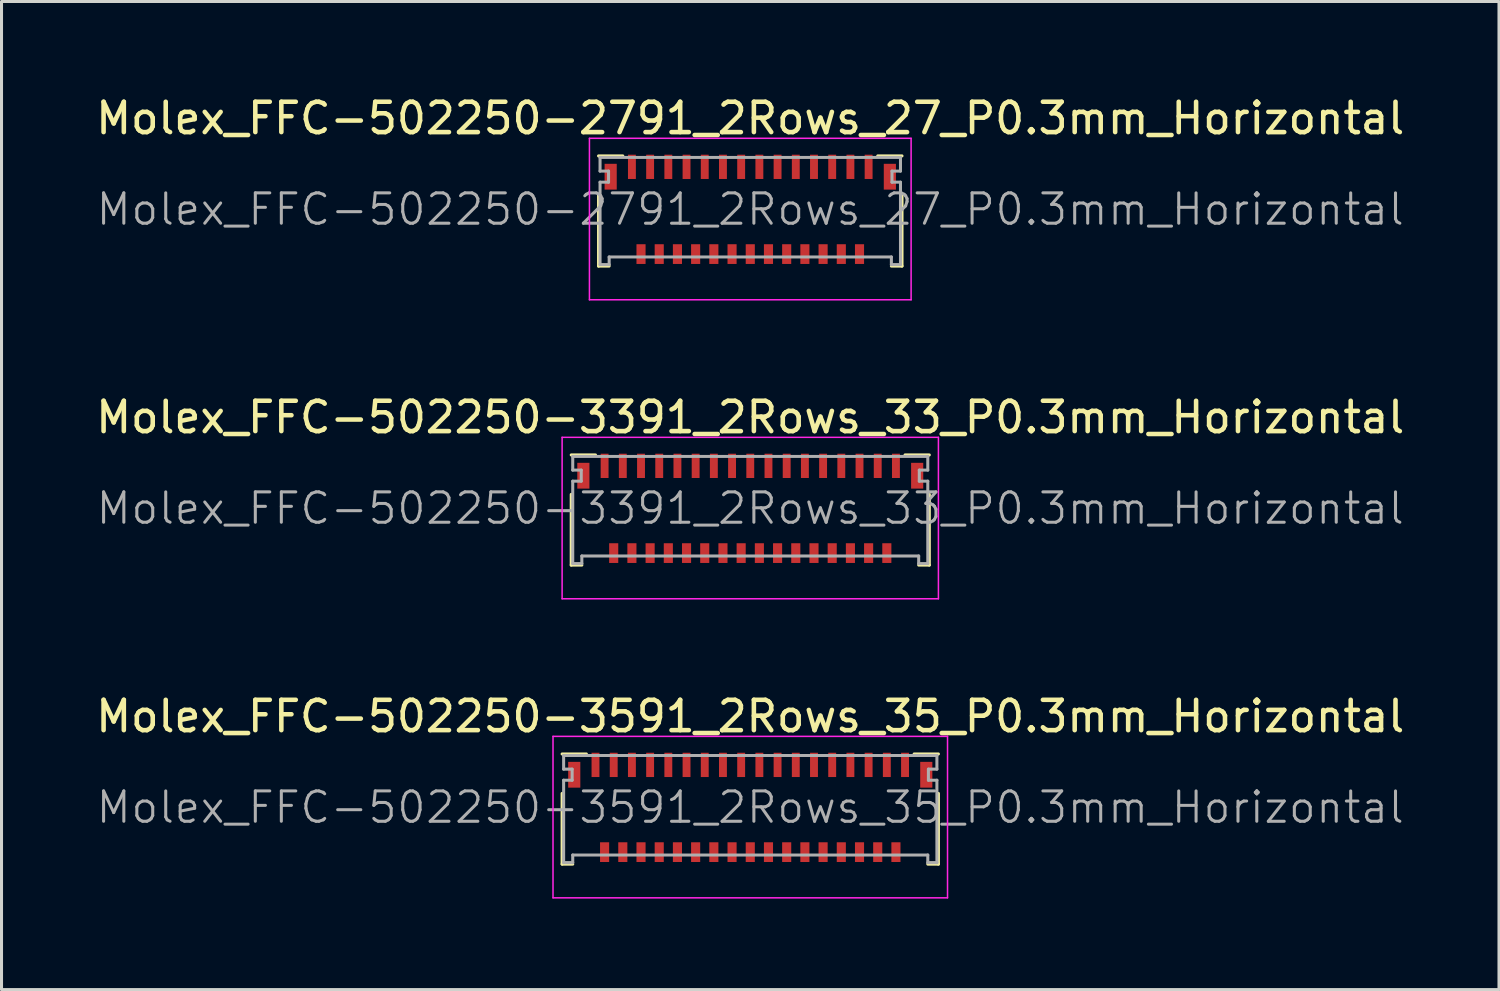
<source format=kicad_pcb>
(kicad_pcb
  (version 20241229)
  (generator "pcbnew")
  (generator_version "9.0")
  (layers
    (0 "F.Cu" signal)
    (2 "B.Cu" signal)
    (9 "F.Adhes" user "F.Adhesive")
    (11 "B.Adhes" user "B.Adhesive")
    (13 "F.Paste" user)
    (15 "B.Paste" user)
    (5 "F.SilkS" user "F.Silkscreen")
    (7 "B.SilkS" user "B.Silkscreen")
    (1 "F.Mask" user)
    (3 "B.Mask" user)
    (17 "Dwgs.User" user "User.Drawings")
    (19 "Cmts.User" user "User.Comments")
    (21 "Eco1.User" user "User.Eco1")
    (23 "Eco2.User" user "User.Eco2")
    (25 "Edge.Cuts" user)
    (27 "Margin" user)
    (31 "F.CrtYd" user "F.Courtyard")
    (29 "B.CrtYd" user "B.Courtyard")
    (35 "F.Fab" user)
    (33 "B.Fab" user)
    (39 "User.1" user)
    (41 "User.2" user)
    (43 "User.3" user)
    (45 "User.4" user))
  (footprint "Molex_FFC-502250-2791_2Rows_27_P0.3mm_Horizontal"
    (layer "F.Cu")
    (at 21.673 3.848)
    (property "Reference" "Molex_FFC-502250-2791_2Rows_27_P0.3mm_Horizontal" (at 0 -3 0) (layer "F.SilkS") (effects (font (size 1 1) (thickness 0.15))))
    (attr smd)
    (fp_line (start -5 -1.76) (end -4.2 -1.76) (stroke (width 0.1) (type solid)) (layer "F.SilkS"))
    (fp_line (start -5 -0.46) (end -5 1.87) (stroke (width 0.1) (type solid)) (layer "F.SilkS"))
    (fp_line (start -5 1.87) (end -4.65 1.87) (stroke (width 0.1) (type solid)) (layer "F.SilkS"))
    (fp_line (start 5 -1.76) (end 4.2 -1.76) (stroke (width 0.1) (type solid)) (layer "F.SilkS"))
    (fp_line (start 5 -0.46) (end 5 1.87) (stroke (width 0.1) (type solid)) (layer "F.SilkS"))
    (fp_line (start 5 1.87) (end 4.65 1.87) (stroke (width 0.1) (type solid)) (layer "F.SilkS"))
    (fp_line (start -5.3 -2.34) (end 5.3 -2.34) (stroke (width 0.05) (type solid)) (layer "F.CrtYd"))
    (fp_line (start -5.3 2.98) (end -5.3 -2.34) (stroke (width 0.05) (type solid)) (layer "F.CrtYd"))
    (fp_line (start 5.3 -2.34) (end 5.3 2.98) (stroke (width 0.05) (type solid)) (layer "F.CrtYd"))
    (fp_line (start 5.3 2.98) (end -5.3 2.98) (stroke (width 0.05) (type solid)) (layer "F.CrtYd"))
    (fp_line (start -4.95 -1.71) (end -4.95 -1.26) (stroke (width 0.1) (type solid)) (layer "F.Fab"))
    (fp_line (start -4.95 -1.26) (end -4.67 -1.26) (stroke (width 0.1) (type solid)) (layer "F.Fab"))
    (fp_line (start -4.95 -0.895) (end -4.95 1.82) (stroke (width 0.1) (type solid)) (layer "F.Fab"))
    (fp_line (start -4.95 1.82) (end -4.65 1.82) (stroke (width 0.1) (type solid)) (layer "F.Fab"))
    (fp_line (start -4.67 -1.26) (end -4.67 -0.895) (stroke (width 0.1) (type solid)) (layer "F.Fab"))
    (fp_line (start -4.67 -0.895) (end -4.95 -0.895) (stroke (width 0.1) (type solid)) (layer "F.Fab"))
    (fp_line (start -4.65 1.57) (end 4.65 1.57) (stroke (width 0.1) (type solid)) (layer "F.Fab"))
    (fp_line (start -4.65 1.82) (end -4.65 1.57) (stroke (width 0.1) (type solid)) (layer "F.Fab"))
    (fp_line (start 4.65 1.57) (end 4.65 1.82) (stroke (width 0.1) (type solid)) (layer "F.Fab"))
    (fp_line (start 4.65 1.82) (end 4.95 1.82) (stroke (width 0.1) (type solid)) (layer "F.Fab"))
    (fp_line (start 4.67 -1.26) (end 4.95 -1.26) (stroke (width 0.1) (type solid)) (layer "F.Fab"))
    (fp_line (start 4.67 -0.895) (end 4.67 -1.26) (stroke (width 0.1) (type solid)) (layer "F.Fab"))
    (fp_line (start 4.95 -1.71) (end -4.95 -1.71) (stroke (width 0.1) (type solid)) (layer "F.Fab"))
    (fp_line (start 4.95 -1.26) (end 4.95 -1.71) (stroke (width 0.1) (type solid)) (layer "F.Fab"))
    (fp_line (start 4.95 -0.895) (end 4.67 -0.895) (stroke (width 0.1) (type solid)) (layer "F.Fab"))
    (fp_line (start 4.95 1.82) (end 4.95 -0.895) (stroke (width 0.1) (type solid)) (layer "F.Fab"))
    (fp_text user "${REFERENCE}" (at 0 0 0) (layer "F.Fab") (effects (font (size 1 1) (thickness 0.1))))
    (pad "" smd rect (at -4.6 -1.075) (size 0.4 0.85) (layers "F.Cu" "F.Mask" "F.Paste"))
    (pad "" smd rect (at 4.6 -1.075) (size 0.4 0.85) (layers "F.Cu" "F.Mask" "F.Paste"))
    (pad "1" smd rect (at -3.9 -1.4) (size 0.26 0.8) (layers "F.Cu" "F.Mask" "F.Paste"))
    (pad "2" smd rect (at -3.6 1.475) (size 0.3 0.65) (layers "F.Cu" "F.Mask" "F.Paste"))
    (pad "3" smd rect (at -3.3 -1.4) (size 0.26 0.8) (layers "F.Cu" "F.Mask" "F.Paste"))
    (pad "4" smd rect (at -3 1.475) (size 0.3 0.65) (layers "F.Cu" "F.Mask" "F.Paste"))
    (pad "5" smd rect (at -2.7 -1.4) (size 0.26 0.8) (layers "F.Cu" "F.Mask" "F.Paste"))
    (pad "6" smd rect (at -2.4 1.475) (size 0.3 0.65) (layers "F.Cu" "F.Mask" "F.Paste"))
    (pad "7" smd rect (at -2.1 -1.4) (size 0.26 0.8) (layers "F.Cu" "F.Mask" "F.Paste"))
    (pad "8" smd rect (at -1.8 1.475) (size 0.3 0.65) (layers "F.Cu" "F.Mask" "F.Paste"))
    (pad "9" smd rect (at -1.5 -1.4) (size 0.26 0.8) (layers "F.Cu" "F.Mask" "F.Paste"))
    (pad "10" smd rect (at -1.2 1.475) (size 0.3 0.65) (layers "F.Cu" "F.Mask" "F.Paste"))
    (pad "11" smd rect (at -0.9 -1.4) (size 0.26 0.8) (layers "F.Cu" "F.Mask" "F.Paste"))
    (pad "12" smd rect (at -0.6 1.475) (size 0.3 0.65) (layers "F.Cu" "F.Mask" "F.Paste"))
    (pad "13" smd rect (at -0.3 -1.4) (size 0.26 0.8) (layers "F.Cu" "F.Mask" "F.Paste"))
    (pad "14" smd rect (at 0 1.475) (size 0.3 0.65) (layers "F.Cu" "F.Mask" "F.Paste"))
    (pad "15" smd rect (at 0.3 -1.4) (size 0.26 0.8) (layers "F.Cu" "F.Mask" "F.Paste"))
    (pad "16" smd rect (at 0.6 1.475) (size 0.3 0.65) (layers "F.Cu" "F.Mask" "F.Paste"))
    (pad "17" smd rect (at 0.9 -1.4) (size 0.26 0.8) (layers "F.Cu" "F.Mask" "F.Paste"))
    (pad "18" smd rect (at 1.2 1.475) (size 0.3 0.65) (layers "F.Cu" "F.Mask" "F.Paste"))
    (pad "19" smd rect (at 1.5 -1.4) (size 0.26 0.8) (layers "F.Cu" "F.Mask" "F.Paste"))
    (pad "20" smd rect (at 1.8 1.475) (size 0.3 0.65) (layers "F.Cu" "F.Mask" "F.Paste"))
    (pad "21" smd rect (at 2.1 -1.4) (size 0.26 0.8) (layers "F.Cu" "F.Mask" "F.Paste"))
    (pad "22" smd rect (at 2.4 1.475) (size 0.3 0.65) (layers "F.Cu" "F.Mask" "F.Paste"))
    (pad "23" smd rect (at 2.7 -1.4) (size 0.26 0.8) (layers "F.Cu" "F.Mask" "F.Paste"))
    (pad "24" smd rect (at 3 1.475) (size 0.3 0.65) (layers "F.Cu" "F.Mask" "F.Paste"))
    (pad "25" smd rect (at 3.3 -1.4) (size 0.26 0.8) (layers "F.Cu" "F.Mask" "F.Paste"))
    (pad "26" smd rect (at 3.6 1.475) (size 0.3 0.65) (layers "F.Cu" "F.Mask" "F.Paste"))
    (pad "27" smd rect (at 3.9 -1.4) (size 0.26 0.8) (layers "F.Cu" "F.Mask" "F.Paste")))
  (footprint "Molex_FFC-502250-3591_2Rows_35_P0.3mm_Horizontal"
    (layer "F.Cu")
    (at 21.673 23.555)
    (property "Reference" "Molex_FFC-502250-3591_2Rows_35_P0.3mm_Horizontal" (at 0 -3 0) (layer "F.SilkS") (effects (font (size 1 1) (thickness 0.15))))
    (attr smd)
    (fp_line (start -6.2 -1.76) (end -5.4 -1.76) (stroke (width 0.1) (type solid)) (layer "F.SilkS"))
    (fp_line (start -6.2 -0.46) (end -6.2 1.87) (stroke (width 0.1) (type solid)) (layer "F.SilkS"))
    (fp_line (start -6.2 1.87) (end -5.85 1.87) (stroke (width 0.1) (type solid)) (layer "F.SilkS"))
    (fp_line (start 6.2 -1.76) (end 5.4 -1.76) (stroke (width 0.1) (type solid)) (layer "F.SilkS"))
    (fp_line (start 6.2 -0.46) (end 6.2 1.87) (stroke (width 0.1) (type solid)) (layer "F.SilkS"))
    (fp_line (start 6.2 1.87) (end 5.85 1.87) (stroke (width 0.1) (type solid)) (layer "F.SilkS"))
    (fp_line (start -6.5 -2.34) (end 6.5 -2.34) (stroke (width 0.05) (type solid)) (layer "F.CrtYd"))
    (fp_line (start -6.5 2.98) (end -6.5 -2.34) (stroke (width 0.05) (type solid)) (layer "F.CrtYd"))
    (fp_line (start 6.5 -2.34) (end 6.5 2.98) (stroke (width 0.05) (type solid)) (layer "F.CrtYd"))
    (fp_line (start 6.5 2.98) (end -6.5 2.98) (stroke (width 0.05) (type solid)) (layer "F.CrtYd"))
    (fp_line (start -6.15 -1.71) (end -6.15 -1.26) (stroke (width 0.1) (type solid)) (layer "F.Fab"))
    (fp_line (start -6.15 -1.26) (end -5.87 -1.26) (stroke (width 0.1) (type solid)) (layer "F.Fab"))
    (fp_line (start -6.15 -0.895) (end -6.15 1.82) (stroke (width 0.1) (type solid)) (layer "F.Fab"))
    (fp_line (start -6.15 1.82) (end -5.85 1.82) (stroke (width 0.1) (type solid)) (layer "F.Fab"))
    (fp_line (start -5.87 -1.26) (end -5.87 -0.895) (stroke (width 0.1) (type solid)) (layer "F.Fab"))
    (fp_line (start -5.87 -0.895) (end -6.15 -0.895) (stroke (width 0.1) (type solid)) (layer "F.Fab"))
    (fp_line (start -5.85 1.57) (end 5.85 1.57) (stroke (width 0.1) (type solid)) (layer "F.Fab"))
    (fp_line (start -5.85 1.82) (end -5.85 1.57) (stroke (width 0.1) (type solid)) (layer "F.Fab"))
    (fp_line (start 5.85 1.57) (end 5.85 1.82) (stroke (width 0.1) (type solid)) (layer "F.Fab"))
    (fp_line (start 5.85 1.82) (end 6.15 1.82) (stroke (width 0.1) (type solid)) (layer "F.Fab"))
    (fp_line (start 5.87 -1.26) (end 6.15 -1.26) (stroke (width 0.1) (type solid)) (layer "F.Fab"))
    (fp_line (start 5.87 -0.895) (end 5.87 -1.26) (stroke (width 0.1) (type solid)) (layer "F.Fab"))
    (fp_line (start 6.15 -1.71) (end -6.15 -1.71) (stroke (width 0.1) (type solid)) (layer "F.Fab"))
    (fp_line (start 6.15 -1.26) (end 6.15 -1.71) (stroke (width 0.1) (type solid)) (layer "F.Fab"))
    (fp_line (start 6.15 -0.895) (end 5.87 -0.895) (stroke (width 0.1) (type solid)) (layer "F.Fab"))
    (fp_line (start 6.15 1.82) (end 6.15 -0.895) (stroke (width 0.1) (type solid)) (layer "F.Fab"))
    (fp_text user "${REFERENCE}" (at 0 0 0) (layer "F.Fab") (effects (font (size 1 1) (thickness 0.1))))
    (pad "" smd rect (at -5.8 -1.075) (size 0.4 0.85) (layers "F.Cu" "F.Mask" "F.Paste"))
    (pad "" smd rect (at 5.8 -1.075) (size 0.4 0.85) (layers "F.Cu" "F.Mask" "F.Paste"))
    (pad "1" smd rect (at -5.1 -1.4) (size 0.26 0.8) (layers "F.Cu" "F.Mask" "F.Paste"))
    (pad "2" smd rect (at -4.8 1.475) (size 0.3 0.65) (layers "F.Cu" "F.Mask" "F.Paste"))
    (pad "3" smd rect (at -4.5 -1.4) (size 0.26 0.8) (layers "F.Cu" "F.Mask" "F.Paste"))
    (pad "4" smd rect (at -4.2 1.475) (size 0.3 0.65) (layers "F.Cu" "F.Mask" "F.Paste"))
    (pad "5" smd rect (at -3.9 -1.4) (size 0.26 0.8) (layers "F.Cu" "F.Mask" "F.Paste"))
    (pad "6" smd rect (at -3.6 1.475) (size 0.3 0.65) (layers "F.Cu" "F.Mask" "F.Paste"))
    (pad "7" smd rect (at -3.3 -1.4) (size 0.26 0.8) (layers "F.Cu" "F.Mask" "F.Paste"))
    (pad "8" smd rect (at -3 1.475) (size 0.3 0.65) (layers "F.Cu" "F.Mask" "F.Paste"))
    (pad "9" smd rect (at -2.7 -1.4) (size 0.26 0.8) (layers "F.Cu" "F.Mask" "F.Paste"))
    (pad "10" smd rect (at -2.4 1.475) (size 0.3 0.65) (layers "F.Cu" "F.Mask" "F.Paste"))
    (pad "11" smd rect (at -2.1 -1.4) (size 0.26 0.8) (layers "F.Cu" "F.Mask" "F.Paste"))
    (pad "12" smd rect (at -1.8 1.475) (size 0.3 0.65) (layers "F.Cu" "F.Mask" "F.Paste"))
    (pad "13" smd rect (at -1.5 -1.4) (size 0.26 0.8) (layers "F.Cu" "F.Mask" "F.Paste"))
    (pad "14" smd rect (at -1.2 1.475) (size 0.3 0.65) (layers "F.Cu" "F.Mask" "F.Paste"))
    (pad "15" smd rect (at -0.9 -1.4) (size 0.26 0.8) (layers "F.Cu" "F.Mask" "F.Paste"))
    (pad "16" smd rect (at -0.6 1.475) (size 0.3 0.65) (layers "F.Cu" "F.Mask" "F.Paste"))
    (pad "17" smd rect (at -0.3 -1.4) (size 0.26 0.8) (layers "F.Cu" "F.Mask" "F.Paste"))
    (pad "18" smd rect (at 0 1.475) (size 0.3 0.65) (layers "F.Cu" "F.Mask" "F.Paste"))
    (pad "19" smd rect (at 0.3 -1.4) (size 0.26 0.8) (layers "F.Cu" "F.Mask" "F.Paste"))
    (pad "20" smd rect (at 0.6 1.475) (size 0.3 0.65) (layers "F.Cu" "F.Mask" "F.Paste"))
    (pad "21" smd rect (at 0.9 -1.4) (size 0.26 0.8) (layers "F.Cu" "F.Mask" "F.Paste"))
    (pad "22" smd rect (at 1.2 1.475) (size 0.3 0.65) (layers "F.Cu" "F.Mask" "F.Paste"))
    (pad "23" smd rect (at 1.5 -1.4) (size 0.26 0.8) (layers "F.Cu" "F.Mask" "F.Paste"))
    (pad "24" smd rect (at 1.8 1.475) (size 0.3 0.65) (layers "F.Cu" "F.Mask" "F.Paste"))
    (pad "25" smd rect (at 2.1 -1.4) (size 0.26 0.8) (layers "F.Cu" "F.Mask" "F.Paste"))
    (pad "26" smd rect (at 2.4 1.475) (size 0.3 0.65) (layers "F.Cu" "F.Mask" "F.Paste"))
    (pad "27" smd rect (at 2.7 -1.4) (size 0.26 0.8) (layers "F.Cu" "F.Mask" "F.Paste"))
    (pad "28" smd rect (at 3 1.475) (size 0.3 0.65) (layers "F.Cu" "F.Mask" "F.Paste"))
    (pad "29" smd rect (at 3.3 -1.4) (size 0.26 0.8) (layers "F.Cu" "F.Mask" "F.Paste"))
    (pad "30" smd rect (at 3.6 1.475) (size 0.3 0.65) (layers "F.Cu" "F.Mask" "F.Paste"))
    (pad "31" smd rect (at 3.9 -1.4) (size 0.26 0.8) (layers "F.Cu" "F.Mask" "F.Paste"))
    (pad "32" smd rect (at 4.2 1.475) (size 0.3 0.65) (layers "F.Cu" "F.Mask" "F.Paste"))
    (pad "33" smd rect (at 4.5 -1.4) (size 0.26 0.8) (layers "F.Cu" "F.Mask" "F.Paste"))
    (pad "34" smd rect (at 4.8 1.475) (size 0.3 0.65) (layers "F.Cu" "F.Mask" "F.Paste"))
    (pad "35" smd rect (at 5.1 -1.4) (size 0.26 0.8) (layers "F.Cu" "F.Mask" "F.Paste")))
  (footprint "Molex_FFC-502250-3391_2Rows_33_P0.3mm_Horizontal"
    (layer "F.Cu")
    (at 21.673 13.701)
    (property "Reference" "Molex_FFC-502250-3391_2Rows_33_P0.3mm_Horizontal" (at 0 -3 0) (layer "F.SilkS") (effects (font (size 1 1) (thickness 0.15))))
    (attr smd)
    (fp_line (start -5.9 -1.76) (end -5.1 -1.76) (stroke (width 0.1) (type solid)) (layer "F.SilkS"))
    (fp_line (start -5.9 -0.46) (end -5.9 1.87) (stroke (width 0.1) (type solid)) (layer "F.SilkS"))
    (fp_line (start -5.9 1.87) (end -5.55 1.87) (stroke (width 0.1) (type solid)) (layer "F.SilkS"))
    (fp_line (start 5.9 -1.76) (end 5.1 -1.76) (stroke (width 0.1) (type solid)) (layer "F.SilkS"))
    (fp_line (start 5.9 -0.46) (end 5.9 1.87) (stroke (width 0.1) (type solid)) (layer "F.SilkS"))
    (fp_line (start 5.9 1.87) (end 5.55 1.87) (stroke (width 0.1) (type solid)) (layer "F.SilkS"))
    (fp_line (start -6.2 -2.34) (end 6.2 -2.34) (stroke (width 0.05) (type solid)) (layer "F.CrtYd"))
    (fp_line (start -6.2 2.98) (end -6.2 -2.34) (stroke (width 0.05) (type solid)) (layer "F.CrtYd"))
    (fp_line (start 6.2 -2.34) (end 6.2 2.98) (stroke (width 0.05) (type solid)) (layer "F.CrtYd"))
    (fp_line (start 6.2 2.98) (end -6.2 2.98) (stroke (width 0.05) (type solid)) (layer "F.CrtYd"))
    (fp_line (start -5.85 -1.71) (end -5.85 -1.26) (stroke (width 0.1) (type solid)) (layer "F.Fab"))
    (fp_line (start -5.85 -1.26) (end -5.57 -1.26) (stroke (width 0.1) (type solid)) (layer "F.Fab"))
    (fp_line (start -5.85 -0.895) (end -5.85 1.82) (stroke (width 0.1) (type solid)) (layer "F.Fab"))
    (fp_line (start -5.85 1.82) (end -5.55 1.82) (stroke (width 0.1) (type solid)) (layer "F.Fab"))
    (fp_line (start -5.57 -1.26) (end -5.57 -0.895) (stroke (width 0.1) (type solid)) (layer "F.Fab"))
    (fp_line (start -5.57 -0.895) (end -5.85 -0.895) (stroke (width 0.1) (type solid)) (layer "F.Fab"))
    (fp_line (start -5.55 1.57) (end 5.55 1.57) (stroke (width 0.1) (type solid)) (layer "F.Fab"))
    (fp_line (start -5.55 1.82) (end -5.55 1.57) (stroke (width 0.1) (type solid)) (layer "F.Fab"))
    (fp_line (start 5.55 1.57) (end 5.55 1.82) (stroke (width 0.1) (type solid)) (layer "F.Fab"))
    (fp_line (start 5.55 1.82) (end 5.85 1.82) (stroke (width 0.1) (type solid)) (layer "F.Fab"))
    (fp_line (start 5.57 -1.26) (end 5.85 -1.26) (stroke (width 0.1) (type solid)) (layer "F.Fab"))
    (fp_line (start 5.57 -0.895) (end 5.57 -1.26) (stroke (width 0.1) (type solid)) (layer "F.Fab"))
    (fp_line (start 5.85 -1.71) (end -5.85 -1.71) (stroke (width 0.1) (type solid)) (layer "F.Fab"))
    (fp_line (start 5.85 -1.26) (end 5.85 -1.71) (stroke (width 0.1) (type solid)) (layer "F.Fab"))
    (fp_line (start 5.85 -0.895) (end 5.57 -0.895) (stroke (width 0.1) (type solid)) (layer "F.Fab"))
    (fp_line (start 5.85 1.82) (end 5.85 -0.895) (stroke (width 0.1) (type solid)) (layer "F.Fab"))
    (fp_text user "${REFERENCE}" (at 0 0 0) (layer "F.Fab") (effects (font (size 1 1) (thickness 0.1))))
    (pad "" smd rect (at -5.5 -1.075) (size 0.4 0.85) (layers "F.Cu" "F.Mask" "F.Paste"))
    (pad "" smd rect (at 5.5 -1.075) (size 0.4 0.85) (layers "F.Cu" "F.Mask" "F.Paste"))
    (pad "1" smd rect (at -4.8 -1.4) (size 0.26 0.8) (layers "F.Cu" "F.Mask" "F.Paste"))
    (pad "2" smd rect (at -4.5 1.475) (size 0.3 0.65) (layers "F.Cu" "F.Mask" "F.Paste"))
    (pad "3" smd rect (at -4.2 -1.4) (size 0.26 0.8) (layers "F.Cu" "F.Mask" "F.Paste"))
    (pad "4" smd rect (at -3.9 1.475) (size 0.3 0.65) (layers "F.Cu" "F.Mask" "F.Paste"))
    (pad "5" smd rect (at -3.6 -1.4) (size 0.26 0.8) (layers "F.Cu" "F.Mask" "F.Paste"))
    (pad "6" smd rect (at -3.3 1.475) (size 0.3 0.65) (layers "F.Cu" "F.Mask" "F.Paste"))
    (pad "7" smd rect (at -3 -1.4) (size 0.26 0.8) (layers "F.Cu" "F.Mask" "F.Paste"))
    (pad "8" smd rect (at -2.7 1.475) (size 0.3 0.65) (layers "F.Cu" "F.Mask" "F.Paste"))
    (pad "9" smd rect (at -2.4 -1.4) (size 0.26 0.8) (layers "F.Cu" "F.Mask" "F.Paste"))
    (pad "10" smd rect (at -2.1 1.475) (size 0.3 0.65) (layers "F.Cu" "F.Mask" "F.Paste"))
    (pad "11" smd rect (at -1.8 -1.4) (size 0.26 0.8) (layers "F.Cu" "F.Mask" "F.Paste"))
    (pad "12" smd rect (at -1.5 1.475) (size 0.3 0.65) (layers "F.Cu" "F.Mask" "F.Paste"))
    (pad "13" smd rect (at -1.2 -1.4) (size 0.26 0.8) (layers "F.Cu" "F.Mask" "F.Paste"))
    (pad "14" smd rect (at -0.9 1.475) (size 0.3 0.65) (layers "F.Cu" "F.Mask" "F.Paste"))
    (pad "15" smd rect (at -0.6 -1.4) (size 0.26 0.8) (layers "F.Cu" "F.Mask" "F.Paste"))
    (pad "16" smd rect (at -0.3 1.475) (size 0.3 0.65) (layers "F.Cu" "F.Mask" "F.Paste"))
    (pad "17" smd rect (at 0 -1.4) (size 0.26 0.8) (layers "F.Cu" "F.Mask" "F.Paste"))
    (pad "18" smd rect (at 0.3 1.475) (size 0.3 0.65) (layers "F.Cu" "F.Mask" "F.Paste"))
    (pad "19" smd rect (at 0.6 -1.4) (size 0.26 0.8) (layers "F.Cu" "F.Mask" "F.Paste"))
    (pad "20" smd rect (at 0.9 1.475) (size 0.3 0.65) (layers "F.Cu" "F.Mask" "F.Paste"))
    (pad "21" smd rect (at 1.2 -1.4) (size 0.26 0.8) (layers "F.Cu" "F.Mask" "F.Paste"))
    (pad "22" smd rect (at 1.5 1.475) (size 0.3 0.65) (layers "F.Cu" "F.Mask" "F.Paste"))
    (pad "23" smd rect (at 1.8 -1.4) (size 0.26 0.8) (layers "F.Cu" "F.Mask" "F.Paste"))
    (pad "24" smd rect (at 2.1 1.475) (size 0.3 0.65) (layers "F.Cu" "F.Mask" "F.Paste"))
    (pad "25" smd rect (at 2.4 -1.4) (size 0.26 0.8) (layers "F.Cu" "F.Mask" "F.Paste"))
    (pad "26" smd rect (at 2.7 1.475) (size 0.3 0.65) (layers "F.Cu" "F.Mask" "F.Paste"))
    (pad "27" smd rect (at 3 -1.4) (size 0.26 0.8) (layers "F.Cu" "F.Mask" "F.Paste"))
    (pad "28" smd rect (at 3.3 1.475) (size 0.3 0.65) (layers "F.Cu" "F.Mask" "F.Paste"))
    (pad "29" smd rect (at 3.6 -1.4) (size 0.26 0.8) (layers "F.Cu" "F.Mask" "F.Paste"))
    (pad "30" smd rect (at 3.9 1.475) (size 0.3 0.65) (layers "F.Cu" "F.Mask" "F.Paste"))
    (pad "31" smd rect (at 4.2 -1.4) (size 0.26 0.8) (layers "F.Cu" "F.Mask" "F.Paste"))
    (pad "32" smd rect (at 4.5 1.475) (size 0.3 0.65) (layers "F.Cu" "F.Mask" "F.Paste"))
    (pad "33" smd rect (at 4.8 -1.4) (size 0.26 0.8) (layers "F.Cu" "F.Mask" "F.Paste")))
  (gr_rect
    (start -3 -3)
    (end 46.345 29.56)
    (stroke (width 0.1) (type default))
    (fill no)
    (layer "Edge.Cuts")))
</source>
